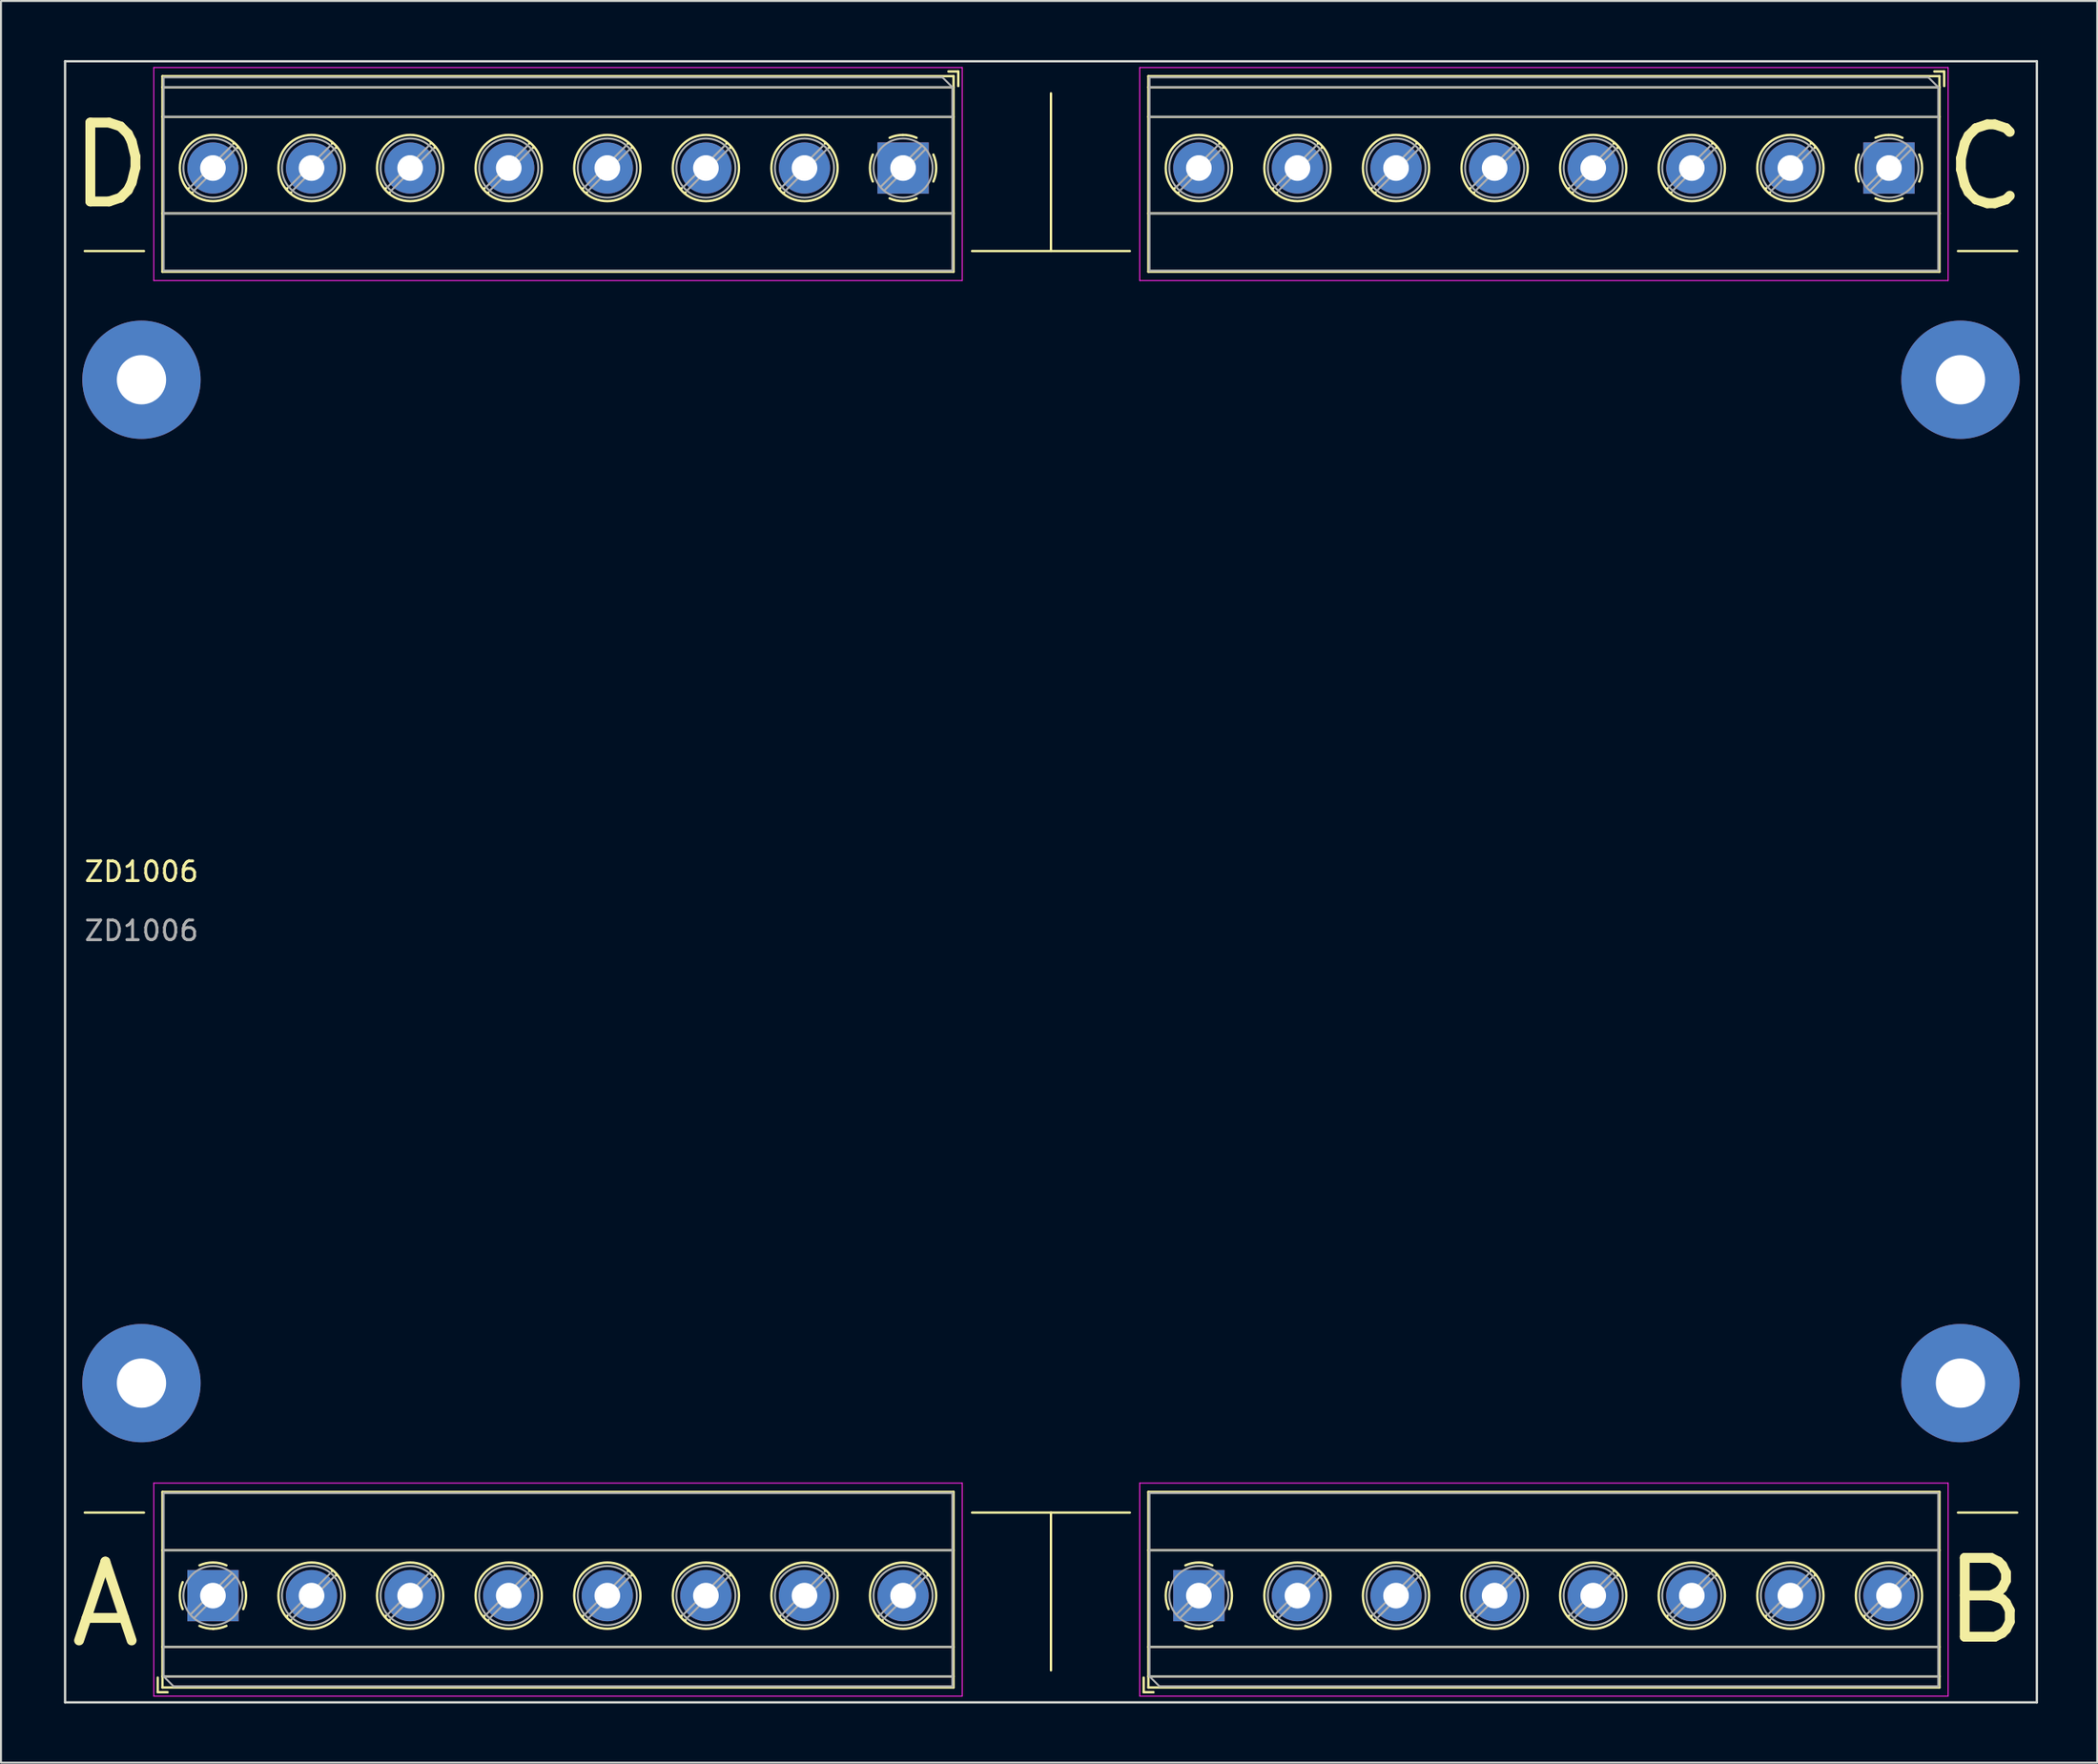
<source format=kicad_pcb>
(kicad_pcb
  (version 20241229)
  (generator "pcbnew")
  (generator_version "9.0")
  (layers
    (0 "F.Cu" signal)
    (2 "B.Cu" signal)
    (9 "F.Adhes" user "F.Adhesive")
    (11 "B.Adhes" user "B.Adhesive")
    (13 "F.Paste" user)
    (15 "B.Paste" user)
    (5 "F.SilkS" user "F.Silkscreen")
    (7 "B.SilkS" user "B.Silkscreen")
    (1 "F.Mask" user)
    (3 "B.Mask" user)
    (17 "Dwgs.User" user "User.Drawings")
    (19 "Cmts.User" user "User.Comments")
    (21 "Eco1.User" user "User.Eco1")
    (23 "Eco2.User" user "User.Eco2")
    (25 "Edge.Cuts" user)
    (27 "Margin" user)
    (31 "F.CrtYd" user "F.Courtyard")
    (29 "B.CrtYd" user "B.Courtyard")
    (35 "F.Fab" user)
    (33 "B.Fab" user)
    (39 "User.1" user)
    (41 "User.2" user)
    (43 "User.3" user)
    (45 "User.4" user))
  (footprint "ZD1006"
    (layer "F.Cu")
    (at 0.25 41.685)
    (property "Reference" "ZD1006" (at 3.875 -0.52 0) (unlocked yes) (layer "F.SilkS") (effects (font (size 1 1) (thickness 0.15))))
    (attr through_hole)
    (fp_line (start 4 -32) (end 1 -32) (stroke (width 0.12) (type default)) (layer "F.SilkS"))
    (fp_line (start 4 32) (end 1 32) (stroke (width 0.12) (type default)) (layer "F.SilkS"))
    (fp_line (start 4.7 40.37) (end 4.7 41.11) (stroke (width 0.12) (type solid)) (layer "F.SilkS"))
    (fp_line (start 4.7 41.11) (end 5.2 41.11) (stroke (width 0.12) (type solid)) (layer "F.SilkS"))
    (fp_line (start 4.94 -30.949) (end 4.94 -40.87) (stroke (width 0.12) (type solid)) (layer "F.SilkS"))
    (fp_line (start 4.94 30.949) (end 4.94 40.87) (stroke (width 0.12) (type solid)) (layer "F.SilkS"))
    (fp_line (start 4.94 30.949) (end 45.06 30.949) (stroke (width 0.12) (type solid)) (layer "F.SilkS"))
    (fp_line (start 4.94 33.909) (end 45.06 33.909) (stroke (width 0.12) (type solid)) (layer "F.SilkS"))
    (fp_line (start 4.94 38.81) (end 45.06 38.81) (stroke (width 0.12) (type solid)) (layer "F.SilkS"))
    (fp_line (start 4.94 40.31) (end 45.06 40.31) (stroke (width 0.12) (type solid)) (layer "F.SilkS"))
    (fp_line (start 4.94 40.87) (end 45.06 40.87) (stroke (width 0.12) (type solid)) (layer "F.SilkS"))
    (fp_line (start 6.225 -35.141) (end 6.272 -35.187) (stroke (width 0.12) (type solid)) (layer "F.SilkS"))
    (fp_line (start 6.43 -34.935) (end 6.465 -34.971) (stroke (width 0.12) (type solid)) (layer "F.SilkS"))
    (fp_line (start 8.534 -37.449) (end 8.569 -37.484) (stroke (width 0.12) (type solid)) (layer "F.SilkS"))
    (fp_line (start 8.727 -37.233) (end 8.774 -37.279) (stroke (width 0.12) (type solid)) (layer "F.SilkS"))
    (fp_line (start 11.225 -35.141) (end 11.272 -35.187) (stroke (width 0.12) (type solid)) (layer "F.SilkS"))
    (fp_line (start 11.273 37.233) (end 11.226 37.279) (stroke (width 0.12) (type solid)) (layer "F.SilkS"))
    (fp_line (start 11.43 -34.935) (end 11.465 -34.971) (stroke (width 0.12) (type solid)) (layer "F.SilkS"))
    (fp_line (start 11.466 37.449) (end 11.431 37.484) (stroke (width 0.12) (type solid)) (layer "F.SilkS"))
    (fp_line (start 13.534 -37.449) (end 13.569 -37.484) (stroke (width 0.12) (type solid)) (layer "F.SilkS"))
    (fp_line (start 13.57 34.935) (end 13.535 34.971) (stroke (width 0.12) (type solid)) (layer "F.SilkS"))
    (fp_line (start 13.727 -37.233) (end 13.774 -37.279) (stroke (width 0.12) (type solid)) (layer "F.SilkS"))
    (fp_line (start 13.775 35.141) (end 13.728 35.187) (stroke (width 0.12) (type solid)) (layer "F.SilkS"))
    (fp_line (start 16.225 -35.141) (end 16.272 -35.187) (stroke (width 0.12) (type solid)) (layer "F.SilkS"))
    (fp_line (start 16.273 37.233) (end 16.226 37.279) (stroke (width 0.12) (type solid)) (layer "F.SilkS"))
    (fp_line (start 16.43 -34.935) (end 16.465 -34.971) (stroke (width 0.12) (type solid)) (layer "F.SilkS"))
    (fp_line (start 16.466 37.449) (end 16.431 37.484) (stroke (width 0.12) (type solid)) (layer "F.SilkS"))
    (fp_line (start 18.534 -37.449) (end 18.569 -37.484) (stroke (width 0.12) (type solid)) (layer "F.SilkS"))
    (fp_line (start 18.57 34.935) (end 18.535 34.971) (stroke (width 0.12) (type solid)) (layer "F.SilkS"))
    (fp_line (start 18.727 -37.233) (end 18.774 -37.279) (stroke (width 0.12) (type solid)) (layer "F.SilkS"))
    (fp_line (start 18.775 35.141) (end 18.728 35.187) (stroke (width 0.12) (type solid)) (layer "F.SilkS"))
    (fp_line (start 21.225 -35.141) (end 21.272 -35.187) (stroke (width 0.12) (type solid)) (layer "F.SilkS"))
    (fp_line (start 21.273 37.233) (end 21.226 37.279) (stroke (width 0.12) (type solid)) (layer "F.SilkS"))
    (fp_line (start 21.43 -34.935) (end 21.465 -34.971) (stroke (width 0.12) (type solid)) (layer "F.SilkS"))
    (fp_line (start 21.466 37.449) (end 21.431 37.484) (stroke (width 0.12) (type solid)) (layer "F.SilkS"))
    (fp_line (start 23.534 -37.449) (end 23.569 -37.484) (stroke (width 0.12) (type solid)) (layer "F.SilkS"))
    (fp_line (start 23.57 34.935) (end 23.535 34.971) (stroke (width 0.12) (type solid)) (layer "F.SilkS"))
    (fp_line (start 23.727 -37.233) (end 23.774 -37.279) (stroke (width 0.12) (type solid)) (layer "F.SilkS"))
    (fp_line (start 23.775 35.141) (end 23.728 35.187) (stroke (width 0.12) (type solid)) (layer "F.SilkS"))
    (fp_line (start 26.225 -35.141) (end 26.272 -35.187) (stroke (width 0.12) (type solid)) (layer "F.SilkS"))
    (fp_line (start 26.273 37.233) (end 26.226 37.279) (stroke (width 0.12) (type solid)) (layer "F.SilkS"))
    (fp_line (start 26.43 -34.935) (end 26.465 -34.971) (stroke (width 0.12) (type solid)) (layer "F.SilkS"))
    (fp_line (start 26.466 37.449) (end 26.431 37.484) (stroke (width 0.12) (type solid)) (layer "F.SilkS"))
    (fp_line (start 28.534 -37.449) (end 28.569 -37.484) (stroke (width 0.12) (type solid)) (layer "F.SilkS"))
    (fp_line (start 28.57 34.935) (end 28.535 34.971) (stroke (width 0.12) (type solid)) (layer "F.SilkS"))
    (fp_line (start 28.727 -37.233) (end 28.774 -37.279) (stroke (width 0.12) (type solid)) (layer "F.SilkS"))
    (fp_line (start 28.775 35.141) (end 28.728 35.187) (stroke (width 0.12) (type solid)) (layer "F.SilkS"))
    (fp_line (start 31.225 -35.141) (end 31.272 -35.187) (stroke (width 0.12) (type solid)) (layer "F.SilkS"))
    (fp_line (start 31.273 37.233) (end 31.226 37.279) (stroke (width 0.12) (type solid)) (layer "F.SilkS"))
    (fp_line (start 31.43 -34.935) (end 31.465 -34.971) (stroke (width 0.12) (type solid)) (layer "F.SilkS"))
    (fp_line (start 31.466 37.449) (end 31.431 37.484) (stroke (width 0.12) (type solid)) (layer "F.SilkS"))
    (fp_line (start 33.534 -37.449) (end 33.569 -37.484) (stroke (width 0.12) (type solid)) (layer "F.SilkS"))
    (fp_line (start 33.57 34.935) (end 33.535 34.971) (stroke (width 0.12) (type solid)) (layer "F.SilkS"))
    (fp_line (start 33.727 -37.233) (end 33.774 -37.279) (stroke (width 0.12) (type solid)) (layer "F.SilkS"))
    (fp_line (start 33.775 35.141) (end 33.728 35.187) (stroke (width 0.12) (type solid)) (layer "F.SilkS"))
    (fp_line (start 36.225 -35.141) (end 36.272 -35.187) (stroke (width 0.12) (type solid)) (layer "F.SilkS"))
    (fp_line (start 36.273 37.233) (end 36.226 37.279) (stroke (width 0.12) (type solid)) (layer "F.SilkS"))
    (fp_line (start 36.43 -34.935) (end 36.465 -34.971) (stroke (width 0.12) (type solid)) (layer "F.SilkS"))
    (fp_line (start 36.466 37.449) (end 36.431 37.484) (stroke (width 0.12) (type solid)) (layer "F.SilkS"))
    (fp_line (start 38.534 -37.449) (end 38.569 -37.484) (stroke (width 0.12) (type solid)) (layer "F.SilkS"))
    (fp_line (start 38.57 34.935) (end 38.535 34.971) (stroke (width 0.12) (type solid)) (layer "F.SilkS"))
    (fp_line (start 38.727 -37.233) (end 38.774 -37.279) (stroke (width 0.12) (type solid)) (layer "F.SilkS"))
    (fp_line (start 38.775 35.141) (end 38.728 35.187) (stroke (width 0.12) (type solid)) (layer "F.SilkS"))
    (fp_line (start 41.273 37.233) (end 41.226 37.279) (stroke (width 0.12) (type solid)) (layer "F.SilkS"))
    (fp_line (start 41.466 37.449) (end 41.431 37.484) (stroke (width 0.12) (type solid)) (layer "F.SilkS"))
    (fp_line (start 43.57 34.935) (end 43.535 34.971) (stroke (width 0.12) (type solid)) (layer "F.SilkS"))
    (fp_line (start 43.775 35.141) (end 43.728 35.187) (stroke (width 0.12) (type solid)) (layer "F.SilkS"))
    (fp_line (start 45.06 -40.87) (end 4.94 -40.87) (stroke (width 0.12) (type solid)) (layer "F.SilkS"))
    (fp_line (start 45.06 -40.31) (end 4.94 -40.31) (stroke (width 0.12) (type solid)) (layer "F.SilkS"))
    (fp_line (start 45.06 -38.81) (end 4.94 -38.81) (stroke (width 0.12) (type solid)) (layer "F.SilkS"))
    (fp_line (start 45.06 -33.909) (end 4.94 -33.909) (stroke (width 0.12) (type solid)) (layer "F.SilkS"))
    (fp_line (start 45.06 -30.949) (end 4.94 -30.949) (stroke (width 0.12) (type solid)) (layer "F.SilkS"))
    (fp_line (start 45.06 -30.949) (end 45.06 -40.87) (stroke (width 0.12) (type solid)) (layer "F.SilkS"))
    (fp_line (start 45.06 30.949) (end 45.06 40.87) (stroke (width 0.12) (type solid)) (layer "F.SilkS"))
    (fp_line (start 45.3 -41.11) (end 44.8 -41.11) (stroke (width 0.12) (type solid)) (layer "F.SilkS"))
    (fp_line (start 45.3 -40.37) (end 45.3 -41.11) (stroke (width 0.12) (type solid)) (layer "F.SilkS"))
    (fp_line (start 46 -32) (end 54 -32) (stroke (width 0.12) (type default)) (layer "F.SilkS"))
    (fp_line (start 46 32) (end 54 32) (stroke (width 0.12) (type default)) (layer "F.SilkS"))
    (fp_line (start 50 -40) (end 50 -32) (stroke (width 0.12) (type default)) (layer "F.SilkS"))
    (fp_line (start 50 40) (end 50 32) (stroke (width 0.12) (type default)) (layer "F.SilkS"))
    (fp_line (start 54.7 40.37) (end 54.7 41.11) (stroke (width 0.12) (type solid)) (layer "F.SilkS"))
    (fp_line (start 54.7 41.11) (end 55.2 41.11) (stroke (width 0.12) (type solid)) (layer "F.SilkS"))
    (fp_line (start 54.94 -30.949) (end 54.94 -40.87) (stroke (width 0.12) (type solid)) (layer "F.SilkS"))
    (fp_line (start 54.94 30.949) (end 54.94 40.87) (stroke (width 0.12) (type solid)) (layer "F.SilkS"))
    (fp_line (start 54.94 30.949) (end 95.06 30.949) (stroke (width 0.12) (type solid)) (layer "F.SilkS"))
    (fp_line (start 54.94 33.909) (end 95.06 33.909) (stroke (width 0.12) (type solid)) (layer "F.SilkS"))
    (fp_line (start 54.94 38.81) (end 95.06 38.81) (stroke (width 0.12) (type solid)) (layer "F.SilkS"))
    (fp_line (start 54.94 40.31) (end 95.06 40.31) (stroke (width 0.12) (type solid)) (layer "F.SilkS"))
    (fp_line (start 54.94 40.87) (end 95.06 40.87) (stroke (width 0.12) (type solid)) (layer "F.SilkS"))
    (fp_line (start 56.225 -35.141) (end 56.272 -35.187) (stroke (width 0.12) (type solid)) (layer "F.SilkS"))
    (fp_line (start 56.43 -34.935) (end 56.465 -34.971) (stroke (width 0.12) (type solid)) (layer "F.SilkS"))
    (fp_line (start 58.534 -37.449) (end 58.569 -37.484) (stroke (width 0.12) (type solid)) (layer "F.SilkS"))
    (fp_line (start 58.727 -37.233) (end 58.774 -37.279) (stroke (width 0.12) (type solid)) (layer "F.SilkS"))
    (fp_line (start 61.225 -35.141) (end 61.272 -35.187) (stroke (width 0.12) (type solid)) (layer "F.SilkS"))
    (fp_line (start 61.273 37.233) (end 61.226 37.279) (stroke (width 0.12) (type solid)) (layer "F.SilkS"))
    (fp_line (start 61.43 -34.935) (end 61.465 -34.971) (stroke (width 0.12) (type solid)) (layer "F.SilkS"))
    (fp_line (start 61.466 37.449) (end 61.431 37.484) (stroke (width 0.12) (type solid)) (layer "F.SilkS"))
    (fp_line (start 63.534 -37.449) (end 63.569 -37.484) (stroke (width 0.12) (type solid)) (layer "F.SilkS"))
    (fp_line (start 63.57 34.935) (end 63.535 34.971) (stroke (width 0.12) (type solid)) (layer "F.SilkS"))
    (fp_line (start 63.727 -37.233) (end 63.774 -37.279) (stroke (width 0.12) (type solid)) (layer "F.SilkS"))
    (fp_line (start 63.775 35.141) (end 63.728 35.187) (stroke (width 0.12) (type solid)) (layer "F.SilkS"))
    (fp_line (start 66.225 -35.141) (end 66.272 -35.187) (stroke (width 0.12) (type solid)) (layer "F.SilkS"))
    (fp_line (start 66.273 37.233) (end 66.226 37.279) (stroke (width 0.12) (type solid)) (layer "F.SilkS"))
    (fp_line (start 66.43 -34.935) (end 66.465 -34.971) (stroke (width 0.12) (type solid)) (layer "F.SilkS"))
    (fp_line (start 66.466 37.449) (end 66.431 37.484) (stroke (width 0.12) (type solid)) (layer "F.SilkS"))
    (fp_line (start 68.534 -37.449) (end 68.569 -37.484) (stroke (width 0.12) (type solid)) (layer "F.SilkS"))
    (fp_line (start 68.57 34.935) (end 68.535 34.971) (stroke (width 0.12) (type solid)) (layer "F.SilkS"))
    (fp_line (start 68.727 -37.233) (end 68.774 -37.279) (stroke (width 0.12) (type solid)) (layer "F.SilkS"))
    (fp_line (start 68.775 35.141) (end 68.728 35.187) (stroke (width 0.12) (type solid)) (layer "F.SilkS"))
    (fp_line (start 71.225 -35.141) (end 71.272 -35.187) (stroke (width 0.12) (type solid)) (layer "F.SilkS"))
    (fp_line (start 71.273 37.233) (end 71.226 37.279) (stroke (width 0.12) (type solid)) (layer "F.SilkS"))
    (fp_line (start 71.43 -34.935) (end 71.465 -34.971) (stroke (width 0.12) (type solid)) (layer "F.SilkS"))
    (fp_line (start 71.466 37.449) (end 71.431 37.484) (stroke (width 0.12) (type solid)) (layer "F.SilkS"))
    (fp_line (start 73.534 -37.449) (end 73.569 -37.484) (stroke (width 0.12) (type solid)) (layer "F.SilkS"))
    (fp_line (start 73.57 34.935) (end 73.535 34.971) (stroke (width 0.12) (type solid)) (layer "F.SilkS"))
    (fp_line (start 73.727 -37.233) (end 73.774 -37.279) (stroke (width 0.12) (type solid)) (layer "F.SilkS"))
    (fp_line (start 73.775 35.141) (end 73.728 35.187) (stroke (width 0.12) (type solid)) (layer "F.SilkS"))
    (fp_line (start 76.225 -35.141) (end 76.272 -35.187) (stroke (width 0.12) (type solid)) (layer "F.SilkS"))
    (fp_line (start 76.273 37.233) (end 76.226 37.279) (stroke (width 0.12) (type solid)) (layer "F.SilkS"))
    (fp_line (start 76.43 -34.935) (end 76.465 -34.971) (stroke (width 0.12) (type solid)) (layer "F.SilkS"))
    (fp_line (start 76.466 37.449) (end 76.431 37.484) (stroke (width 0.12) (type solid)) (layer "F.SilkS"))
    (fp_line (start 78.534 -37.449) (end 78.569 -37.484) (stroke (width 0.12) (type solid)) (layer "F.SilkS"))
    (fp_line (start 78.57 34.935) (end 78.535 34.971) (stroke (width 0.12) (type solid)) (layer "F.SilkS"))
    (fp_line (start 78.727 -37.233) (end 78.774 -37.279) (stroke (width 0.12) (type solid)) (layer "F.SilkS"))
    (fp_line (start 78.775 35.141) (end 78.728 35.187) (stroke (width 0.12) (type solid)) (layer "F.SilkS"))
    (fp_line (start 81.225 -35.141) (end 81.272 -35.187) (stroke (width 0.12) (type solid)) (layer "F.SilkS"))
    (fp_line (start 81.273 37.233) (end 81.226 37.279) (stroke (width 0.12) (type solid)) (layer "F.SilkS"))
    (fp_line (start 81.43 -34.935) (end 81.465 -34.971) (stroke (width 0.12) (type solid)) (layer "F.SilkS"))
    (fp_line (start 81.466 37.449) (end 81.431 37.484) (stroke (width 0.12) (type solid)) (layer "F.SilkS"))
    (fp_line (start 83.534 -37.449) (end 83.569 -37.484) (stroke (width 0.12) (type solid)) (layer "F.SilkS"))
    (fp_line (start 83.57 34.935) (end 83.535 34.971) (stroke (width 0.12) (type solid)) (layer "F.SilkS"))
    (fp_line (start 83.727 -37.233) (end 83.774 -37.279) (stroke (width 0.12) (type solid)) (layer "F.SilkS"))
    (fp_line (start 83.775 35.141) (end 83.728 35.187) (stroke (width 0.12) (type solid)) (layer "F.SilkS"))
    (fp_line (start 86.225 -35.141) (end 86.272 -35.187) (stroke (width 0.12) (type solid)) (layer "F.SilkS"))
    (fp_line (start 86.273 37.233) (end 86.226 37.279) (stroke (width 0.12) (type solid)) (layer "F.SilkS"))
    (fp_line (start 86.43 -34.935) (end 86.465 -34.971) (stroke (width 0.12) (type solid)) (layer "F.SilkS"))
    (fp_line (start 86.466 37.449) (end 86.431 37.484) (stroke (width 0.12) (type solid)) (layer "F.SilkS"))
    (fp_line (start 88.534 -37.449) (end 88.569 -37.484) (stroke (width 0.12) (type solid)) (layer "F.SilkS"))
    (fp_line (start 88.57 34.935) (end 88.535 34.971) (stroke (width 0.12) (type solid)) (layer "F.SilkS"))
    (fp_line (start 88.727 -37.233) (end 88.774 -37.279) (stroke (width 0.12) (type solid)) (layer "F.SilkS"))
    (fp_line (start 88.775 35.141) (end 88.728 35.187) (stroke (width 0.12) (type solid)) (layer "F.SilkS"))
    (fp_line (start 91.273 37.233) (end 91.226 37.279) (stroke (width 0.12) (type solid)) (layer "F.SilkS"))
    (fp_line (start 91.466 37.449) (end 91.431 37.484) (stroke (width 0.12) (type solid)) (layer "F.SilkS"))
    (fp_line (start 93.57 34.935) (end 93.535 34.971) (stroke (width 0.12) (type solid)) (layer "F.SilkS"))
    (fp_line (start 93.775 35.141) (end 93.728 35.187) (stroke (width 0.12) (type solid)) (layer "F.SilkS"))
    (fp_line (start 95.06 -40.87) (end 54.94 -40.87) (stroke (width 0.12) (type solid)) (layer "F.SilkS"))
    (fp_line (start 95.06 -40.31) (end 54.94 -40.31) (stroke (width 0.12) (type solid)) (layer "F.SilkS"))
    (fp_line (start 95.06 -38.81) (end 54.94 -38.81) (stroke (width 0.12) (type solid)) (layer "F.SilkS"))
    (fp_line (start 95.06 -33.909) (end 54.94 -33.909) (stroke (width 0.12) (type solid)) (layer "F.SilkS"))
    (fp_line (start 95.06 -30.949) (end 54.94 -30.949) (stroke (width 0.12) (type solid)) (layer "F.SilkS"))
    (fp_line (start 95.06 -30.949) (end 95.06 -40.87) (stroke (width 0.12) (type solid)) (layer "F.SilkS"))
    (fp_line (start 95.06 30.949) (end 95.06 40.87) (stroke (width 0.12) (type solid)) (layer "F.SilkS"))
    (fp_line (start 95.3 -41.11) (end 94.8 -41.11) (stroke (width 0.12) (type solid)) (layer "F.SilkS"))
    (fp_line (start 95.3 -40.37) (end 95.3 -41.11) (stroke (width 0.12) (type solid)) (layer "F.SilkS"))
    (fp_line (start 96 32) (end 99 32) (stroke (width 0.12) (type default)) (layer "F.SilkS"))
    (fp_line (start 99 -32) (end 96 -32) (stroke (width 0.12) (type default)) (layer "F.SilkS"))
    (fp_arc (start 5.964573 36.893042) (mid 5.819499 36.209476) (end 5.965 35.526) (stroke (width 0.12) (type solid)) (layer "F.SilkS"))
    (fp_arc (start 6.816958 34.674573) (mid 7.500524 34.529499) (end 8.184 34.675) (stroke (width 0.12) (type solid)) (layer "F.SilkS"))
    (fp_arc (start 7.528805 37.890253) (mid 7.164449 37.856659) (end 6.816 37.745) (stroke (width 0.12) (type solid)) (layer "F.SilkS"))
    (fp_arc (start 8.183318 37.744756) (mid 7.849292 37.853288) (end 7.5 37.89) (stroke (width 0.12) (type solid)) (layer "F.SilkS"))
    (fp_arc (start 9.035427 35.526958) (mid 9.180501 36.210524) (end 9.035 36.894) (stroke (width 0.12) (type solid)) (layer "F.SilkS"))
    (fp_arc (start 40.964573 -35.526958) (mid 40.819499 -36.210524) (end 40.965 -36.894) (stroke (width 0.12) (type solid)) (layer "F.SilkS"))
    (fp_arc (start 41.816682 -37.744756) (mid 42.150708 -37.853288) (end 42.5 -37.89) (stroke (width 0.12) (type solid)) (layer "F.SilkS"))
    (fp_arc (start 42.471195 -37.890253) (mid 42.835551 -37.856659) (end 43.184 -37.745) (stroke (width 0.12) (type solid)) (layer "F.SilkS"))
    (fp_arc (start 43.183042 -34.674573) (mid 42.499476 -34.529499) (end 41.816 -34.675) (stroke (width 0.12) (type solid)) (layer "F.SilkS"))
    (fp_arc (start 44.035427 -36.893042) (mid 44.180501 -36.209476) (end 44.035 -35.526) (stroke (width 0.12) (type solid)) (layer "F.SilkS"))
    (fp_arc (start 55.964573 36.893042) (mid 55.819499 36.209476) (end 55.965 35.526) (stroke (width 0.12) (type solid)) (layer "F.SilkS"))
    (fp_arc (start 56.816958 34.674573) (mid 57.500524 34.529499) (end 58.184 34.675) (stroke (width 0.12) (type solid)) (layer "F.SilkS"))
    (fp_arc (start 57.528805 37.890253) (mid 57.164449 37.856659) (end 56.816 37.745) (stroke (width 0.12) (type solid)) (layer "F.SilkS"))
    (fp_arc (start 58.183318 37.744756) (mid 57.849292 37.853288) (end 57.5 37.89) (stroke (width 0.12) (type solid)) (layer "F.SilkS"))
    (fp_arc (start 59.035427 35.526958) (mid 59.180501 36.210524) (end 59.035 36.894) (stroke (width 0.12) (type solid)) (layer "F.SilkS"))
    (fp_arc (start 90.964573 -35.526958) (mid 90.819499 -36.210524) (end 90.965 -36.894) (stroke (width 0.12) (type solid)) (layer "F.SilkS"))
    (fp_arc (start 91.816682 -37.744756) (mid 92.150708 -37.853288) (end 92.5 -37.89) (stroke (width 0.12) (type solid)) (layer "F.SilkS"))
    (fp_arc (start 92.471195 -37.890253) (mid 92.835551 -37.856659) (end 93.184 -37.745) (stroke (width 0.12) (type solid)) (layer "F.SilkS"))
    (fp_arc (start 93.183042 -34.674573) (mid 92.499476 -34.529499) (end 91.816 -34.675) (stroke (width 0.12) (type solid)) (layer "F.SilkS"))
    (fp_arc (start 94.035427 -36.893042) (mid 94.180501 -36.209476) (end 94.035 -35.526) (stroke (width 0.12) (type solid)) (layer "F.SilkS"))
    (fp_circle (center 7.5 -36.21) (end 5.82 -36.21) (stroke (width 0.12) (type solid)) (fill no) (layer "F.SilkS"))
    (fp_circle (center 12.5 -36.21) (end 10.82 -36.21) (stroke (width 0.12) (type solid)) (fill no) (layer "F.SilkS"))
    (fp_circle (center 12.5 36.21) (end 14.18 36.21) (stroke (width 0.12) (type solid)) (fill no) (layer "F.SilkS"))
    (fp_circle (center 17.5 -36.21) (end 15.82 -36.21) (stroke (width 0.12) (type solid)) (fill no) (layer "F.SilkS"))
    (fp_circle (center 17.5 36.21) (end 19.18 36.21) (stroke (width 0.12) (type solid)) (fill no) (layer "F.SilkS"))
    (fp_circle (center 22.5 -36.21) (end 20.82 -36.21) (stroke (width 0.12) (type solid)) (fill no) (layer "F.SilkS"))
    (fp_circle (center 22.5 36.21) (end 24.18 36.21) (stroke (width 0.12) (type solid)) (fill no) (layer "F.SilkS"))
    (fp_circle (center 27.5 -36.21) (end 25.82 -36.21) (stroke (width 0.12) (type solid)) (fill no) (layer "F.SilkS"))
    (fp_circle (center 27.5 36.21) (end 29.18 36.21) (stroke (width 0.12) (type solid)) (fill no) (layer "F.SilkS"))
    (fp_circle (center 32.5 -36.21) (end 30.82 -36.21) (stroke (width 0.12) (type solid)) (fill no) (layer "F.SilkS"))
    (fp_circle (center 32.5 36.21) (end 34.18 36.21) (stroke (width 0.12) (type solid)) (fill no) (layer "F.SilkS"))
    (fp_circle (center 37.5 -36.21) (end 35.82 -36.21) (stroke (width 0.12) (type solid)) (fill no) (layer "F.SilkS"))
    (fp_circle (center 37.5 36.21) (end 39.18 36.21) (stroke (width 0.12) (type solid)) (fill no) (layer "F.SilkS"))
    (fp_circle (center 42.5 36.21) (end 44.18 36.21) (stroke (width 0.12) (type solid)) (fill no) (layer "F.SilkS"))
    (fp_circle (center 57.5 -36.21) (end 55.82 -36.21) (stroke (width 0.12) (type solid)) (fill no) (layer "F.SilkS"))
    (fp_circle (center 62.5 -36.21) (end 60.82 -36.21) (stroke (width 0.12) (type solid)) (fill no) (layer "F.SilkS"))
    (fp_circle (center 62.5 36.21) (end 64.18 36.21) (stroke (width 0.12) (type solid)) (fill no) (layer "F.SilkS"))
    (fp_circle (center 67.5 -36.21) (end 65.82 -36.21) (stroke (width 0.12) (type solid)) (fill no) (layer "F.SilkS"))
    (fp_circle (center 67.5 36.21) (end 69.18 36.21) (stroke (width 0.12) (type solid)) (fill no) (layer "F.SilkS"))
    (fp_circle (center 72.5 -36.21) (end 70.82 -36.21) (stroke (width 0.12) (type solid)) (fill no) (layer "F.SilkS"))
    (fp_circle (center 72.5 36.21) (end 74.18 36.21) (stroke (width 0.12) (type solid)) (fill no) (layer "F.SilkS"))
    (fp_circle (center 77.5 -36.21) (end 75.82 -36.21) (stroke (width 0.12) (type solid)) (fill no) (layer "F.SilkS"))
    (fp_circle (center 77.5 36.21) (end 79.18 36.21) (stroke (width 0.12) (type solid)) (fill no) (layer "F.SilkS"))
    (fp_circle (center 82.5 -36.21) (end 80.82 -36.21) (stroke (width 0.12) (type solid)) (fill no) (layer "F.SilkS"))
    (fp_circle (center 82.5 36.21) (end 84.18 36.21) (stroke (width 0.12) (type solid)) (fill no) (layer "F.SilkS"))
    (fp_circle (center 87.5 -36.21) (end 85.82 -36.21) (stroke (width 0.12) (type solid)) (fill no) (layer "F.SilkS"))
    (fp_circle (center 87.5 36.21) (end 89.18 36.21) (stroke (width 0.12) (type solid)) (fill no) (layer "F.SilkS"))
    (fp_circle (center 92.5 36.21) (end 94.18 36.21) (stroke (width 0.12) (type solid)) (fill no) (layer "F.SilkS"))
    (fp_line (start 0 -41.625) (end 0 41.625) (stroke (width 0.12) (type default)) (layer "Edge.Cuts"))
    (fp_line (start 0 41.625) (end 100 41.625) (stroke (width 0.12) (type default)) (layer "Edge.Cuts"))
    (fp_line (start 100 -41.625) (end 0 -41.625) (stroke (width 0.12) (type default)) (layer "Edge.Cuts"))
    (fp_line (start 100 41.625) (end 100 -41.625) (stroke (width 0.12) (type default)) (layer "Edge.Cuts"))
    (fp_line (start 4.5 -41.31) (end 4.5 -30.5) (stroke (width 0.05) (type solid)) (layer "F.CrtYd"))
    (fp_line (start 4.5 -30.5) (end 45.5 -30.5) (stroke (width 0.05) (type solid)) (layer "F.CrtYd"))
    (fp_line (start 4.5 30.5) (end 4.5 41.31) (stroke (width 0.05) (type solid)) (layer "F.CrtYd"))
    (fp_line (start 4.5 41.31) (end 45.5 41.31) (stroke (width 0.05) (type solid)) (layer "F.CrtYd"))
    (fp_line (start 45.5 -41.31) (end 4.5 -41.31) (stroke (width 0.05) (type solid)) (layer "F.CrtYd"))
    (fp_line (start 45.5 -30.5) (end 45.5 -41.31) (stroke (width 0.05) (type solid)) (layer "F.CrtYd"))
    (fp_line (start 45.5 30.5) (end 4.5 30.5) (stroke (width 0.05) (type solid)) (layer "F.CrtYd"))
    (fp_line (start 45.5 41.31) (end 45.5 30.5) (stroke (width 0.05) (type solid)) (layer "F.CrtYd"))
    (fp_line (start 54.5 -41.31) (end 54.5 -30.5) (stroke (width 0.05) (type solid)) (layer "F.CrtYd"))
    (fp_line (start 54.5 -30.5) (end 95.5 -30.5) (stroke (width 0.05) (type solid)) (layer "F.CrtYd"))
    (fp_line (start 54.5 30.5) (end 54.5 41.31) (stroke (width 0.05) (type solid)) (layer "F.CrtYd"))
    (fp_line (start 54.5 41.31) (end 95.5 41.31) (stroke (width 0.05) (type solid)) (layer "F.CrtYd"))
    (fp_line (start 95.5 -41.31) (end 54.5 -41.31) (stroke (width 0.05) (type solid)) (layer "F.CrtYd"))
    (fp_line (start 95.5 -30.5) (end 95.5 -41.31) (stroke (width 0.05) (type solid)) (layer "F.CrtYd"))
    (fp_line (start 95.5 30.5) (end 54.5 30.5) (stroke (width 0.05) (type solid)) (layer "F.CrtYd"))
    (fp_line (start 95.5 41.31) (end 95.5 30.5) (stroke (width 0.05) (type solid)) (layer "F.CrtYd"))
    (fp_line (start 5 -40.81) (end 44.5 -40.81) (stroke (width 0.1) (type solid)) (layer "F.Fab"))
    (fp_line (start 5 -31.01) (end 5 -40.81) (stroke (width 0.1) (type solid)) (layer "F.Fab"))
    (fp_line (start 5 31.01) (end 45 31.01) (stroke (width 0.1) (type solid)) (layer "F.Fab"))
    (fp_line (start 5 33.91) (end 45 33.91) (stroke (width 0.1) (type solid)) (layer "F.Fab"))
    (fp_line (start 5 38.81) (end 45 38.81) (stroke (width 0.1) (type solid)) (layer "F.Fab"))
    (fp_line (start 5 40.31) (end 5 31.01) (stroke (width 0.1) (type solid)) (layer "F.Fab"))
    (fp_line (start 5 40.31) (end 45 40.31) (stroke (width 0.1) (type solid)) (layer "F.Fab"))
    (fp_line (start 5.5 40.81) (end 5 40.31) (stroke (width 0.1) (type solid)) (layer "F.Fab"))
    (fp_line (start 6.362 -35.255) (end 8.454 -37.348) (stroke (width 0.1) (type solid)) (layer "F.Fab"))
    (fp_line (start 6.545 -35.072) (end 8.637 -37.165) (stroke (width 0.1) (type solid)) (layer "F.Fab"))
    (fp_line (start 8.455 35.072) (end 6.362 37.165) (stroke (width 0.1) (type solid)) (layer "F.Fab"))
    (fp_line (start 8.638 35.255) (end 6.545 37.348) (stroke (width 0.1) (type solid)) (layer "F.Fab"))
    (fp_line (start 11.362 -35.255) (end 13.454 -37.348) (stroke (width 0.1) (type solid)) (layer "F.Fab"))
    (fp_line (start 11.545 -35.072) (end 13.637 -37.165) (stroke (width 0.1) (type solid)) (layer "F.Fab"))
    (fp_line (start 13.455 35.072) (end 11.363 37.165) (stroke (width 0.1) (type solid)) (layer "F.Fab"))
    (fp_line (start 13.638 35.255) (end 11.546 37.348) (stroke (width 0.1) (type solid)) (layer "F.Fab"))
    (fp_line (start 16.362 -35.255) (end 18.454 -37.348) (stroke (width 0.1) (type solid)) (layer "F.Fab"))
    (fp_line (start 16.545 -35.072) (end 18.637 -37.165) (stroke (width 0.1) (type solid)) (layer "F.Fab"))
    (fp_line (start 18.455 35.072) (end 16.363 37.165) (stroke (width 0.1) (type solid)) (layer "F.Fab"))
    (fp_line (start 18.638 35.255) (end 16.546 37.348) (stroke (width 0.1) (type solid)) (layer "F.Fab"))
    (fp_line (start 21.362 -35.255) (end 23.454 -37.348) (stroke (width 0.1) (type solid)) (layer "F.Fab"))
    (fp_line (start 21.545 -35.072) (end 23.637 -37.165) (stroke (width 0.1) (type solid)) (layer "F.Fab"))
    (fp_line (start 23.455 35.072) (end 21.363 37.165) (stroke (width 0.1) (type solid)) (layer "F.Fab"))
    (fp_line (start 23.638 35.255) (end 21.546 37.348) (stroke (width 0.1) (type solid)) (layer "F.Fab"))
    (fp_line (start 26.362 -35.255) (end 28.454 -37.348) (stroke (width 0.1) (type solid)) (layer "F.Fab"))
    (fp_line (start 26.545 -35.072) (end 28.637 -37.165) (stroke (width 0.1) (type solid)) (layer "F.Fab"))
    (fp_line (start 28.455 35.072) (end 26.363 37.165) (stroke (width 0.1) (type solid)) (layer "F.Fab"))
    (fp_line (start 28.638 35.255) (end 26.546 37.348) (stroke (width 0.1) (type solid)) (layer "F.Fab"))
    (fp_line (start 31.362 -35.255) (end 33.454 -37.348) (stroke (width 0.1) (type solid)) (layer "F.Fab"))
    (fp_line (start 31.545 -35.072) (end 33.637 -37.165) (stroke (width 0.1) (type solid)) (layer "F.Fab"))
    (fp_line (start 33.455 35.072) (end 31.363 37.165) (stroke (width 0.1) (type solid)) (layer "F.Fab"))
    (fp_line (start 33.638 35.255) (end 31.546 37.348) (stroke (width 0.1) (type solid)) (layer "F.Fab"))
    (fp_line (start 36.362 -35.255) (end 38.454 -37.348) (stroke (width 0.1) (type solid)) (layer "F.Fab"))
    (fp_line (start 36.545 -35.072) (end 38.637 -37.165) (stroke (width 0.1) (type solid)) (layer "F.Fab"))
    (fp_line (start 38.455 35.072) (end 36.363 37.165) (stroke (width 0.1) (type solid)) (layer "F.Fab"))
    (fp_line (start 38.638 35.255) (end 36.546 37.348) (stroke (width 0.1) (type solid)) (layer "F.Fab"))
    (fp_line (start 41.362 -35.255) (end 43.455 -37.348) (stroke (width 0.1) (type solid)) (layer "F.Fab"))
    (fp_line (start 41.545 -35.072) (end 43.638 -37.165) (stroke (width 0.1) (type solid)) (layer "F.Fab"))
    (fp_line (start 43.455 35.072) (end 41.363 37.165) (stroke (width 0.1) (type solid)) (layer "F.Fab"))
    (fp_line (start 43.638 35.255) (end 41.546 37.348) (stroke (width 0.1) (type solid)) (layer "F.Fab"))
    (fp_line (start 44.5 -40.81) (end 45 -40.31) (stroke (width 0.1) (type solid)) (layer "F.Fab"))
    (fp_line (start 45 -40.31) (end 5 -40.31) (stroke (width 0.1) (type solid)) (layer "F.Fab"))
    (fp_line (start 45 -40.31) (end 45 -31.01) (stroke (width 0.1) (type solid)) (layer "F.Fab"))
    (fp_line (start 45 -38.81) (end 5 -38.81) (stroke (width 0.1) (type solid)) (layer "F.Fab"))
    (fp_line (start 45 -33.91) (end 5 -33.91) (stroke (width 0.1) (type solid)) (layer "F.Fab"))
    (fp_line (start 45 -31.01) (end 5 -31.01) (stroke (width 0.1) (type solid)) (layer "F.Fab"))
    (fp_line (start 45 31.01) (end 45 40.81) (stroke (width 0.1) (type solid)) (layer "F.Fab"))
    (fp_line (start 45 40.81) (end 5.5 40.81) (stroke (width 0.1) (type solid)) (layer "F.Fab"))
    (fp_line (start 55 -40.81) (end 94.5 -40.81) (stroke (width 0.1) (type solid)) (layer "F.Fab"))
    (fp_line (start 55 -31.01) (end 55 -40.81) (stroke (width 0.1) (type solid)) (layer "F.Fab"))
    (fp_line (start 55 31.01) (end 95 31.01) (stroke (width 0.1) (type solid)) (layer "F.Fab"))
    (fp_line (start 55 33.91) (end 95 33.91) (stroke (width 0.1) (type solid)) (layer "F.Fab"))
    (fp_line (start 55 38.81) (end 95 38.81) (stroke (width 0.1) (type solid)) (layer "F.Fab"))
    (fp_line (start 55 40.31) (end 55 31.01) (stroke (width 0.1) (type solid)) (layer "F.Fab"))
    (fp_line (start 55 40.31) (end 95 40.31) (stroke (width 0.1) (type solid)) (layer "F.Fab"))
    (fp_line (start 55.5 40.81) (end 55 40.31) (stroke (width 0.1) (type solid)) (layer "F.Fab"))
    (fp_line (start 56.362 -35.255) (end 58.454 -37.348) (stroke (width 0.1) (type solid)) (layer "F.Fab"))
    (fp_line (start 56.545 -35.072) (end 58.637 -37.165) (stroke (width 0.1) (type solid)) (layer "F.Fab"))
    (fp_line (start 58.455 35.072) (end 56.362 37.165) (stroke (width 0.1) (type solid)) (layer "F.Fab"))
    (fp_line (start 58.638 35.255) (end 56.545 37.348) (stroke (width 0.1) (type solid)) (layer "F.Fab"))
    (fp_line (start 61.362 -35.255) (end 63.454 -37.348) (stroke (width 0.1) (type solid)) (layer "F.Fab"))
    (fp_line (start 61.545 -35.072) (end 63.637 -37.165) (stroke (width 0.1) (type solid)) (layer "F.Fab"))
    (fp_line (start 63.455 35.072) (end 61.363 37.165) (stroke (width 0.1) (type solid)) (layer "F.Fab"))
    (fp_line (start 63.638 35.255) (end 61.546 37.348) (stroke (width 0.1) (type solid)) (layer "F.Fab"))
    (fp_line (start 66.362 -35.255) (end 68.454 -37.348) (stroke (width 0.1) (type solid)) (layer "F.Fab"))
    (fp_line (start 66.545 -35.072) (end 68.637 -37.165) (stroke (width 0.1) (type solid)) (layer "F.Fab"))
    (fp_line (start 68.455 35.072) (end 66.363 37.165) (stroke (width 0.1) (type solid)) (layer "F.Fab"))
    (fp_line (start 68.638 35.255) (end 66.546 37.348) (stroke (width 0.1) (type solid)) (layer "F.Fab"))
    (fp_line (start 71.362 -35.255) (end 73.454 -37.348) (stroke (width 0.1) (type solid)) (layer "F.Fab"))
    (fp_line (start 71.545 -35.072) (end 73.637 -37.165) (stroke (width 0.1) (type solid)) (layer "F.Fab"))
    (fp_line (start 73.455 35.072) (end 71.363 37.165) (stroke (width 0.1) (type solid)) (layer "F.Fab"))
    (fp_line (start 73.638 35.255) (end 71.546 37.348) (stroke (width 0.1) (type solid)) (layer "F.Fab"))
    (fp_line (start 76.362 -35.255) (end 78.454 -37.348) (stroke (width 0.1) (type solid)) (layer "F.Fab"))
    (fp_line (start 76.545 -35.072) (end 78.637 -37.165) (stroke (width 0.1) (type solid)) (layer "F.Fab"))
    (fp_line (start 78.455 35.072) (end 76.363 37.165) (stroke (width 0.1) (type solid)) (layer "F.Fab"))
    (fp_line (start 78.638 35.255) (end 76.546 37.348) (stroke (width 0.1) (type solid)) (layer "F.Fab"))
    (fp_line (start 81.362 -35.255) (end 83.454 -37.348) (stroke (width 0.1) (type solid)) (layer "F.Fab"))
    (fp_line (start 81.545 -35.072) (end 83.637 -37.165) (stroke (width 0.1) (type solid)) (layer "F.Fab"))
    (fp_line (start 83.455 35.072) (end 81.363 37.165) (stroke (width 0.1) (type solid)) (layer "F.Fab"))
    (fp_line (start 83.638 35.255) (end 81.546 37.348) (stroke (width 0.1) (type solid)) (layer "F.Fab"))
    (fp_line (start 86.362 -35.255) (end 88.454 -37.348) (stroke (width 0.1) (type solid)) (layer "F.Fab"))
    (fp_line (start 86.545 -35.072) (end 88.637 -37.165) (stroke (width 0.1) (type solid)) (layer "F.Fab"))
    (fp_line (start 88.455 35.072) (end 86.363 37.165) (stroke (width 0.1) (type solid)) (layer "F.Fab"))
    (fp_line (start 88.638 35.255) (end 86.546 37.348) (stroke (width 0.1) (type solid)) (layer "F.Fab"))
    (fp_line (start 91.362 -35.255) (end 93.455 -37.348) (stroke (width 0.1) (type solid)) (layer "F.Fab"))
    (fp_line (start 91.545 -35.072) (end 93.638 -37.165) (stroke (width 0.1) (type solid)) (layer "F.Fab"))
    (fp_line (start 93.455 35.072) (end 91.363 37.165) (stroke (width 0.1) (type solid)) (layer "F.Fab"))
    (fp_line (start 93.638 35.255) (end 91.546 37.348) (stroke (width 0.1) (type solid)) (layer "F.Fab"))
    (fp_line (start 94.5 -40.81) (end 95 -40.31) (stroke (width 0.1) (type solid)) (layer "F.Fab"))
    (fp_line (start 95 -40.31) (end 55 -40.31) (stroke (width 0.1) (type solid)) (layer "F.Fab"))
    (fp_line (start 95 -40.31) (end 95 -31.01) (stroke (width 0.1) (type solid)) (layer "F.Fab"))
    (fp_line (start 95 -38.81) (end 55 -38.81) (stroke (width 0.1) (type solid)) (layer "F.Fab"))
    (fp_line (start 95 -33.91) (end 55 -33.91) (stroke (width 0.1) (type solid)) (layer "F.Fab"))
    (fp_line (start 95 -31.01) (end 55 -31.01) (stroke (width 0.1) (type solid)) (layer "F.Fab"))
    (fp_line (start 95 31.01) (end 95 40.81) (stroke (width 0.1) (type solid)) (layer "F.Fab"))
    (fp_line (start 95 40.81) (end 55.5 40.81) (stroke (width 0.1) (type solid)) (layer "F.Fab"))
    (fp_circle (center 7.5 -36.21) (end 6 -36.21) (stroke (width 0.1) (type solid)) (fill no) (layer "F.Fab"))
    (fp_circle (center 7.5 36.21) (end 9 36.21) (stroke (width 0.1) (type solid)) (fill no) (layer "F.Fab"))
    (fp_circle (center 12.5 -36.21) (end 11 -36.21) (stroke (width 0.1) (type solid)) (fill no) (layer "F.Fab"))
    (fp_circle (center 12.5 36.21) (end 14 36.21) (stroke (width 0.1) (type solid)) (fill no) (layer "F.Fab"))
    (fp_circle (center 17.5 -36.21) (end 16 -36.21) (stroke (width 0.1) (type solid)) (fill no) (layer "F.Fab"))
    (fp_circle (center 17.5 36.21) (end 19 36.21) (stroke (width 0.1) (type solid)) (fill no) (layer "F.Fab"))
    (fp_circle (center 22.5 -36.21) (end 21 -36.21) (stroke (width 0.1) (type solid)) (fill no) (layer "F.Fab"))
    (fp_circle (center 22.5 36.21) (end 24 36.21) (stroke (width 0.1) (type solid)) (fill no) (layer "F.Fab"))
    (fp_circle (center 27.5 -36.21) (end 26 -36.21) (stroke (width 0.1) (type solid)) (fill no) (layer "F.Fab"))
    (fp_circle (center 27.5 36.21) (end 29 36.21) (stroke (width 0.1) (type solid)) (fill no) (layer "F.Fab"))
    (fp_circle (center 32.5 -36.21) (end 31 -36.21) (stroke (width 0.1) (type solid)) (fill no) (layer "F.Fab"))
    (fp_circle (center 32.5 36.21) (end 34 36.21) (stroke (width 0.1) (type solid)) (fill no) (layer "F.Fab"))
    (fp_circle (center 37.5 -36.21) (end 36 -36.21) (stroke (width 0.1) (type solid)) (fill no) (layer "F.Fab"))
    (fp_circle (center 37.5 36.21) (end 39 36.21) (stroke (width 0.1) (type solid)) (fill no) (layer "F.Fab"))
    (fp_circle (center 42.5 -36.21) (end 41 -36.21) (stroke (width 0.1) (type solid)) (fill no) (layer "F.Fab"))
    (fp_circle (center 42.5 36.21) (end 44 36.21) (stroke (width 0.1) (type solid)) (fill no) (layer "F.Fab"))
    (fp_circle (center 57.5 -36.21) (end 56 -36.21) (stroke (width 0.1) (type solid)) (fill no) (layer "F.Fab"))
    (fp_circle (center 57.5 36.21) (end 59 36.21) (stroke (width 0.1) (type solid)) (fill no) (layer "F.Fab"))
    (fp_circle (center 62.5 -36.21) (end 61 -36.21) (stroke (width 0.1) (type solid)) (fill no) (layer "F.Fab"))
    (fp_circle (center 62.5 36.21) (end 64 36.21) (stroke (width 0.1) (type solid)) (fill no) (layer "F.Fab"))
    (fp_circle (center 67.5 -36.21) (end 66 -36.21) (stroke (width 0.1) (type solid)) (fill no) (layer "F.Fab"))
    (fp_circle (center 67.5 36.21) (end 69 36.21) (stroke (width 0.1) (type solid)) (fill no) (layer "F.Fab"))
    (fp_circle (center 72.5 -36.21) (end 71 -36.21) (stroke (width 0.1) (type solid)) (fill no) (layer "F.Fab"))
    (fp_circle (center 72.5 36.21) (end 74 36.21) (stroke (width 0.1) (type solid)) (fill no) (layer "F.Fab"))
    (fp_circle (center 77.5 -36.21) (end 76 -36.21) (stroke (width 0.1) (type solid)) (fill no) (layer "F.Fab"))
    (fp_circle (center 77.5 36.21) (end 79 36.21) (stroke (width 0.1) (type solid)) (fill no) (layer "F.Fab"))
    (fp_circle (center 82.5 -36.21) (end 81 -36.21) (stroke (width 0.1) (type solid)) (fill no) (layer "F.Fab"))
    (fp_circle (center 82.5 36.21) (end 84 36.21) (stroke (width 0.1) (type solid)) (fill no) (layer "F.Fab"))
    (fp_circle (center 87.5 -36.21) (end 86 -36.21) (stroke (width 0.1) (type solid)) (fill no) (layer "F.Fab"))
    (fp_circle (center 87.5 36.21) (end 89 36.21) (stroke (width 0.1) (type solid)) (fill no) (layer "F.Fab"))
    (fp_circle (center 92.5 -36.21) (end 91 -36.21) (stroke (width 0.1) (type solid)) (fill no) (layer "F.Fab"))
    (fp_circle (center 92.5 36.21) (end 94 36.21) (stroke (width 0.1) (type solid)) (fill no) (layer "F.Fab"))
    (fp_text user "D" (at 0 -34 0) (unlocked yes) (layer "F.SilkS") (effects (font (size 4 4) (thickness 0.5)) (justify left bottom)))
    (fp_text user "B" (at 95.06 38.81 0) (unlocked yes) (layer "F.SilkS") (effects (font (size 4 4) (thickness 0.5)) (justify left bottom)))
    (fp_text user "A" (at 0 39 0) (unlocked yes) (layer "F.SilkS") (effects (font (size 4 4) (thickness 0.5)) (justify left bottom)))
    (fp_text user "C" (at 95.06 -33.909 0) (unlocked yes) (layer "F.SilkS") (effects (font (size 4 4) (thickness 0.5)) (justify left bottom)))
    (fp_text user "${REFERENCE}" (at 3.875 2.48 0) (unlocked yes) (layer "F.Fab") (effects (font (size 1 1) (thickness 0.15))))
    (pad "A1" thru_hole rect (at 7.5 36.21) (size 2.6 2.6) (drill 1.3) (layers "*.Cu" "*.Mask"))
    (pad "A2" thru_hole circle (at 12.5 36.21) (size 2.6 2.6) (drill 1.3) (layers "*.Cu" "*.Mask"))
    (pad "A3" thru_hole circle (at 17.5 36.21) (size 2.6 2.6) (drill 1.3) (layers "*.Cu" "*.Mask"))
    (pad "A4" thru_hole circle (at 22.5 36.21) (size 2.6 2.6) (drill 1.3) (layers "*.Cu" "*.Mask"))
    (pad "A5" thru_hole circle (at 27.5 36.21) (size 2.6 2.6) (drill 1.3) (layers "*.Cu" "*.Mask"))
    (pad "A6" thru_hole circle (at 32.5 36.21) (size 2.6 2.6) (drill 1.3) (layers "*.Cu" "*.Mask"))
    (pad "A7" thru_hole circle (at 37.5 36.21) (size 2.6 2.6) (drill 1.3) (layers "*.Cu" "*.Mask"))
    (pad "A8" thru_hole circle (at 42.5 36.21) (size 2.6 2.6) (drill 1.3) (layers "*.Cu" "*.Mask"))
    (pad "B1" thru_hole rect (at 57.5 36.21) (size 2.6 2.6) (drill 1.3) (layers "*.Cu" "*.Mask"))
    (pad "B2" thru_hole circle (at 62.5 36.21) (size 2.6 2.6) (drill 1.3) (layers "*.Cu" "*.Mask"))
    (pad "B3" thru_hole circle (at 67.5 36.21) (size 2.6 2.6) (drill 1.3) (layers "*.Cu" "*.Mask"))
    (pad "B4" thru_hole circle (at 72.5 36.21) (size 2.6 2.6) (drill 1.3) (layers "*.Cu" "*.Mask"))
    (pad "B5" thru_hole circle (at 77.5 36.21) (size 2.6 2.6) (drill 1.3) (layers "*.Cu" "*.Mask"))
    (pad "B6" thru_hole circle (at 82.5 36.21) (size 2.6 2.6) (drill 1.3) (layers "*.Cu" "*.Mask"))
    (pad "B7" thru_hole circle (at 87.5 36.21) (size 2.6 2.6) (drill 1.3) (layers "*.Cu" "*.Mask"))
    (pad "B8" thru_hole circle (at 92.5 36.21) (size 2.6 2.6) (drill 1.3) (layers "*.Cu" "*.Mask"))
    (pad "C1" thru_hole rect (at 92.5 -36.21 180) (size 2.6 2.6) (drill 1.3) (layers "*.Cu" "*.Mask"))
    (pad "C2" thru_hole circle (at 87.5 -36.21 180) (size 2.6 2.6) (drill 1.3) (layers "*.Cu" "*.Mask"))
    (pad "C3" thru_hole circle (at 82.5 -36.21 180) (size 2.6 2.6) (drill 1.3) (layers "*.Cu" "*.Mask"))
    (pad "C4" thru_hole circle (at 77.5 -36.21 180) (size 2.6 2.6) (drill 1.3) (layers "*.Cu" "*.Mask"))
    (pad "C5" thru_hole circle (at 72.5 -36.21 180) (size 2.6 2.6) (drill 1.3) (layers "*.Cu" "*.Mask"))
    (pad "C6" thru_hole circle (at 67.5 -36.21 180) (size 2.6 2.6) (drill 1.3) (layers "*.Cu" "*.Mask"))
    (pad "C7" thru_hole circle (at 62.5 -36.21 180) (size 2.6 2.6) (drill 1.3) (layers "*.Cu" "*.Mask"))
    (pad "C8" thru_hole circle (at 57.5 -36.21 180) (size 2.6 2.6) (drill 1.3) (layers "*.Cu" "*.Mask"))
    (pad "D1" thru_hole rect (at 42.5 -36.21 180) (size 2.6 2.6) (drill 1.3) (layers "*.Cu" "*.Mask"))
    (pad "D2" thru_hole circle (at 37.5 -36.21 180) (size 2.6 2.6) (drill 1.3) (layers "*.Cu" "*.Mask"))
    (pad "D3" thru_hole circle (at 32.5 -36.21 180) (size 2.6 2.6) (drill 1.3) (layers "*.Cu" "*.Mask"))
    (pad "D4" thru_hole circle (at 27.5 -36.21 180) (size 2.6 2.6) (drill 1.3) (layers "*.Cu" "*.Mask"))
    (pad "D5" thru_hole circle (at 22.5 -36.21 180) (size 2.6 2.6) (drill 1.3) (layers "*.Cu" "*.Mask"))
    (pad "D6" thru_hole circle (at 17.5 -36.21 180) (size 2.6 2.6) (drill 1.3) (layers "*.Cu" "*.Mask"))
    (pad "D7" thru_hole circle (at 12.5 -36.21 180) (size 2.6 2.6) (drill 1.3) (layers "*.Cu" "*.Mask"))
    (pad "D8" thru_hole circle (at 7.5 -36.21 180) (size 2.6 2.6) (drill 1.3) (layers "*.Cu" "*.Mask"))
    (pad "MH1" thru_hole circle (at 3.875 -25.47) (size 6 6) (drill 2.5) (layers "*.Cu" "*.Mask"))
    (pad "MH2" thru_hole circle (at 96.125 -25.47) (size 6 6) (drill 2.5) (layers "*.Cu" "*.Mask"))
    (pad "MH3" thru_hole circle (at 3.875 25.43) (size 6 6) (drill 2.5) (layers "*.Cu" "*.Mask"))
    (pad "MH4" thru_hole circle (at 96.125 25.43) (size 6 6) (drill 2.5) (layers "*.Cu" "*.Mask")))
  (gr_rect
    (start -3 -3)
    (end 103.31 86.37)
    (stroke (width 0.1) (type default))
    (fill no)
    (layer "Edge.Cuts")))
</source>
